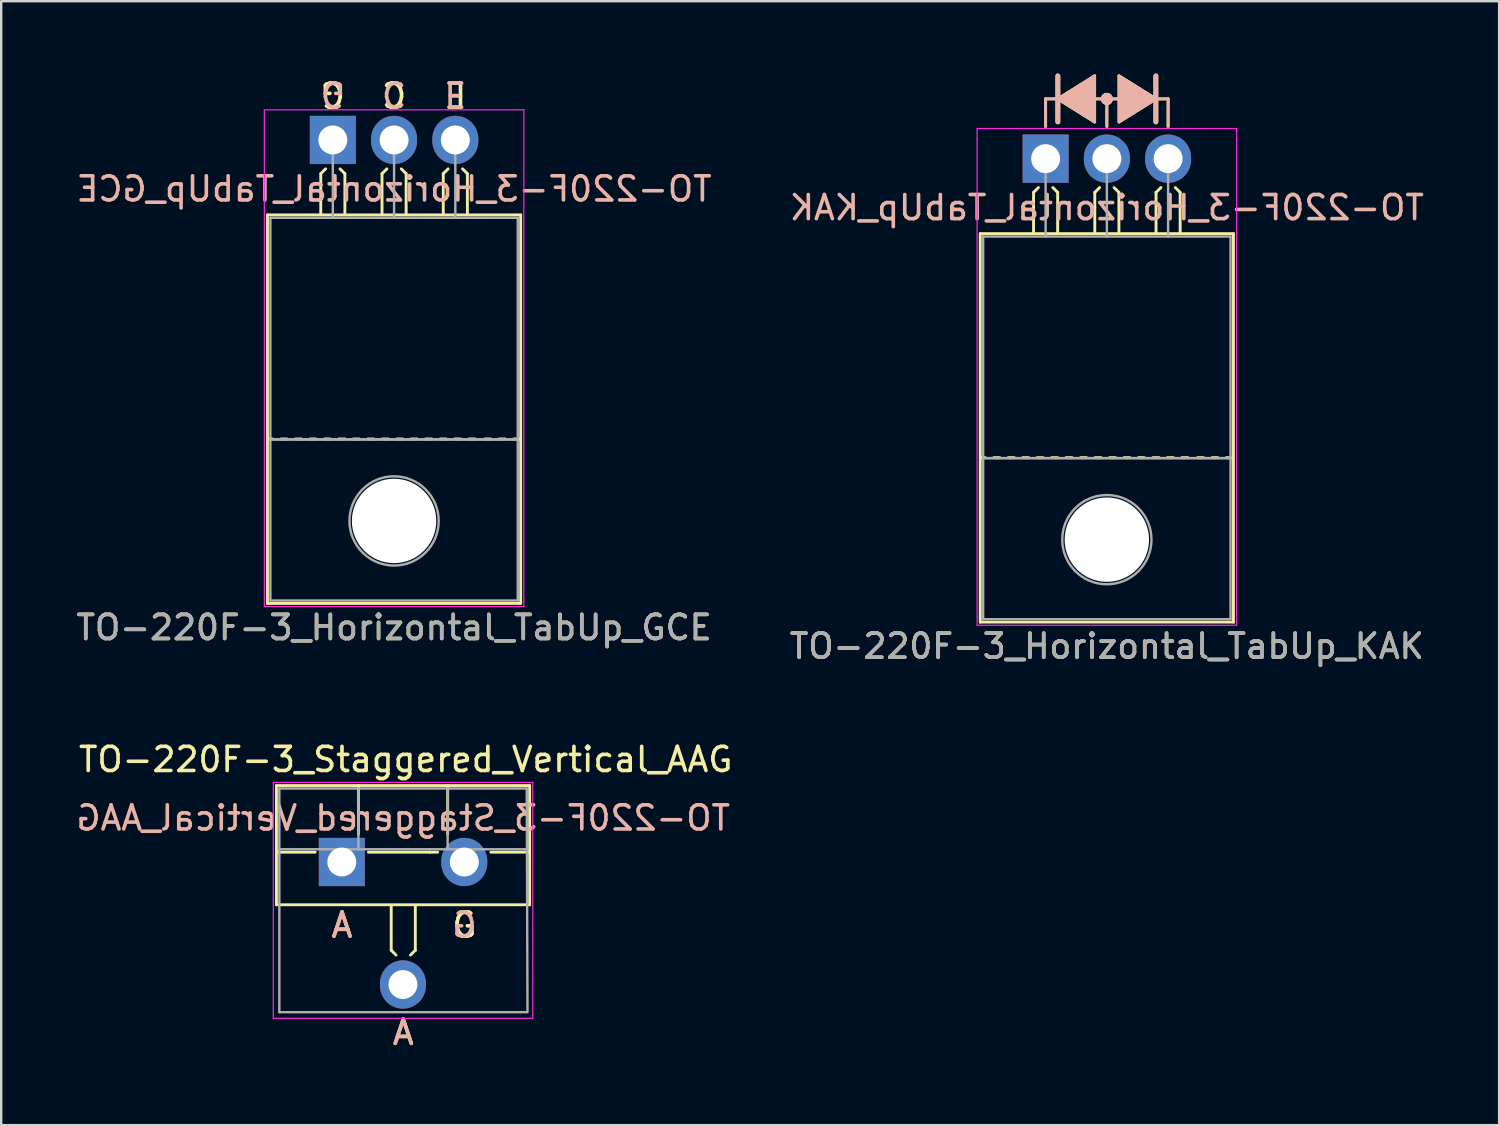
<source format=kicad_pcb>
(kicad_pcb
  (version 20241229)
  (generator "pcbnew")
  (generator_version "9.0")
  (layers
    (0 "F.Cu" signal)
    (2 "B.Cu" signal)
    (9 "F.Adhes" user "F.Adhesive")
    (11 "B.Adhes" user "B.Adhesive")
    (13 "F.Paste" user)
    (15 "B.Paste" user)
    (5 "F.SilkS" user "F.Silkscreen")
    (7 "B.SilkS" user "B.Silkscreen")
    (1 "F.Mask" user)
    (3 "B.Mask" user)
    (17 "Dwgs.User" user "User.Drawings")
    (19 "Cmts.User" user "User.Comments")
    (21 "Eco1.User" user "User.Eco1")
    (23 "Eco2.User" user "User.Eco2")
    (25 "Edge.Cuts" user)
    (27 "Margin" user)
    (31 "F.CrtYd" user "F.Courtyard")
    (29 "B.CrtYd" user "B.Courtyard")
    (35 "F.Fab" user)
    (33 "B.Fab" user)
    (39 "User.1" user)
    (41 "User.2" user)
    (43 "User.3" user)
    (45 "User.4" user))
  (footprint "TO-220F-3_Horizontal_TabUp_KAK"
    (layer "F.Cu")
    (at 40.311 3.529)
    (property "Reference" "TO-220F-3_Horizontal_TabUp_KAK" (at 2.54 20.22 0) (layer "F.SilkS") (effects (font (size 1 1) (thickness 0.15))))
    (fp_line (start -2.71 19.22) (end -2.71 3.11) (stroke (width 0.12) (type solid)) (layer "F.SilkS"))
    (fp_line (start -2.5 12.4) (end -2.7 12.4) (stroke (width 0.12) (type solid)) (layer "F.SilkS"))
    (fp_line (start -1.9 12.4) (end -2.15 12.4) (stroke (width 0.12) (type solid)) (layer "F.SilkS"))
    (fp_line (start -1.3 12.4) (end -1.55 12.4) (stroke (width 0.12) (type solid)) (layer "F.SilkS"))
    (fp_line (start -0.7 12.4) (end -0.95 12.4) (stroke (width 0.12) (type solid)) (layer "F.SilkS"))
    (fp_line (start -0.5 1.4) (end -0.3 1.2) (stroke (width 0.12) (type solid)) (layer "F.SilkS"))
    (fp_line (start -0.5 3.048) (end -0.5 1.4) (stroke (width 0.12) (type solid)) (layer "F.SilkS"))
    (fp_line (start -0.1 12.4) (end -0.35 12.4) (stroke (width 0.12) (type solid)) (layer "F.SilkS"))
    (fp_line (start 0 -2.477) (end 0.508 -2.477) (stroke (width 0.12) (type solid)) (layer "F.SilkS"))
    (fp_line (start 0 -1.333) (end 0 -2.477) (stroke (width 0.12) (type solid)) (layer "F.SilkS"))
    (fp_line (start 0.5 1.4) (end 0.3 1.2) (stroke (width 0.12) (type solid)) (layer "F.SilkS"))
    (fp_line (start 0.5 3.048) (end 0.5 1.4) (stroke (width 0.12) (type solid)) (layer "F.SilkS"))
    (fp_line (start 0.5 12.4) (end 0.25 12.4) (stroke (width 0.12) (type solid)) (layer "F.SilkS"))
    (fp_line (start 0.508 -3.429) (end 0.508 -1.524) (stroke (width 0.2) (type solid)) (layer "F.SilkS"))
    (fp_line (start 0.508 -2.477) (end 2.032 -1.524) (stroke (width 0.12) (type solid)) (layer "F.SilkS"))
    (fp_line (start 1.1 12.4) (end 0.85 12.4) (stroke (width 0.12) (type solid)) (layer "F.SilkS"))
    (fp_line (start 1.7 12.4) (end 1.45 12.4) (stroke (width 0.12) (type solid)) (layer "F.SilkS"))
    (fp_line (start 2.032 -3.429) (end 0.508 -2.477) (stroke (width 0.12) (type solid)) (layer "F.SilkS"))
    (fp_line (start 2.032 -1.524) (end 2.032 -3.429) (stroke (width 0.12) (type solid)) (layer "F.SilkS"))
    (fp_line (start 2.04 1.4) (end 2.24 1.2) (stroke (width 0.12) (type solid)) (layer "F.SilkS"))
    (fp_line (start 2.04 3.048) (end 2.04 1.4) (stroke (width 0.12) (type solid)) (layer "F.SilkS"))
    (fp_line (start 2.3 12.4) (end 2.05 12.4) (stroke (width 0.12) (type solid)) (layer "F.SilkS"))
    (fp_line (start 2.54 -2.477) (end 2.032 -2.477) (stroke (width 0.12) (type solid)) (layer "F.SilkS"))
    (fp_line (start 2.54 -2.477) (end 3.048 -2.477) (stroke (width 0.12) (type solid)) (layer "F.SilkS"))
    (fp_line (start 2.54 -1.333) (end 2.54 -2.477) (stroke (width 0.12) (type solid)) (layer "F.SilkS"))
    (fp_line (start 2.9 12.4) (end 2.65 12.4) (stroke (width 0.12) (type solid)) (layer "F.SilkS"))
    (fp_line (start 3.04 1.4) (end 2.84 1.2) (stroke (width 0.12) (type solid)) (layer "F.SilkS"))
    (fp_line (start 3.04 3.048) (end 3.04 1.4) (stroke (width 0.12) (type solid)) (layer "F.SilkS"))
    (fp_line (start 3.048 -3.239) (end 3.048 -3.429) (stroke (width 0.12) (type solid)) (layer "F.SilkS"))
    (fp_line (start 3.048 -3.239) (end 3.048 -1.714) (stroke (width 0.12) (type solid)) (layer "F.SilkS"))
    (fp_line (start 3.048 -1.714) (end 3.048 -1.524) (stroke (width 0.12) (type solid)) (layer "F.SilkS"))
    (fp_line (start 3.5 12.4) (end 3.25 12.4) (stroke (width 0.12) (type solid)) (layer "F.SilkS"))
    (fp_line (start 4.1 12.4) (end 3.85 12.4) (stroke (width 0.12) (type solid)) (layer "F.SilkS"))
    (fp_line (start 4.572 -2.477) (end 3.048 -3.429) (stroke (width 0.12) (type solid)) (layer "F.SilkS"))
    (fp_line (start 4.572 -2.477) (end 3.048 -1.524) (stroke (width 0.12) (type solid)) (layer "F.SilkS"))
    (fp_line (start 4.572 -1.524) (end 4.572 -3.429) (stroke (width 0.2) (type solid)) (layer "F.SilkS"))
    (fp_line (start 4.58 1.4) (end 4.78 1.2) (stroke (width 0.12) (type solid)) (layer "F.SilkS"))
    (fp_line (start 4.58 3.048) (end 4.58 1.4) (stroke (width 0.12) (type solid)) (layer "F.SilkS"))
    (fp_line (start 4.7 12.4) (end 4.45 12.4) (stroke (width 0.12) (type solid)) (layer "F.SilkS"))
    (fp_line (start 5.08 -2.477) (end 4.572 -2.477) (stroke (width 0.12) (type solid)) (layer "F.SilkS"))
    (fp_line (start 5.08 -1.333) (end 5.08 -2.477) (stroke (width 0.12) (type solid)) (layer "F.SilkS"))
    (fp_line (start 5.3 12.4) (end 5.05 12.4) (stroke (width 0.12) (type solid)) (layer "F.SilkS"))
    (fp_line (start 5.58 1.4) (end 5.38 1.2) (stroke (width 0.12) (type solid)) (layer "F.SilkS"))
    (fp_line (start 5.58 3.048) (end 5.58 1.4) (stroke (width 0.12) (type solid)) (layer "F.SilkS"))
    (fp_line (start 5.9 12.4) (end 5.65 12.4) (stroke (width 0.12) (type solid)) (layer "F.SilkS"))
    (fp_line (start 6.55 12.4) (end 6.3 12.4) (stroke (width 0.12) (type solid)) (layer "F.SilkS"))
    (fp_line (start 7.15 12.4) (end 6.9 12.4) (stroke (width 0.12) (type solid)) (layer "F.SilkS"))
    (fp_line (start 7.75 12.4) (end 7.5 12.4) (stroke (width 0.12) (type solid)) (layer "F.SilkS"))
    (fp_line (start 7.79 3.11) (end -2.71 3.11) (stroke (width 0.12) (type solid)) (layer "F.SilkS"))
    (fp_line (start 7.79 19.22) (end -2.71 19.22) (stroke (width 0.12) (type solid)) (layer "F.SilkS"))
    (fp_line (start 7.79 19.22) (end 7.79 3.11) (stroke (width 0.12) (type solid)) (layer "F.SilkS"))
    (fp_circle (center 2.54 -2.477) (end 2.54 -2.667) (stroke (width 0.12) (type solid)) (fill no) (layer "F.SilkS"))
    (fp_circle (center 2.54 -2.477) (end 2.54 -2.603) (stroke (width 0.12) (type solid)) (fill no) (layer "F.SilkS"))
    (fp_circle (center 2.54 -2.477) (end 2.54 -2.54) (stroke (width 0.12) (type solid)) (fill no) (layer "F.SilkS"))
    (fp_poly (pts (xy 2.032 -1.524) (xy 0.508 -2.477) (xy 2.032 -3.429)) (stroke (width 0.1) (type solid)) (fill yes) (layer "F.SilkS"))
    (fp_poly (pts (xy 4.572 -2.477) (xy 3.048 -1.524) (xy 3.048 -3.429)) (stroke (width 0.1) (type solid)) (fill yes) (layer "F.SilkS"))
    (fp_line (start 0 -2.477) (end 0.508 -2.477) (stroke (width 0.12) (type solid)) (layer "B.SilkS"))
    (fp_line (start 0 -1.333) (end 0 -2.477) (stroke (width 0.12) (type solid)) (layer "B.SilkS"))
    (fp_line (start 0.508 -2.477) (end 2.032 -3.429) (stroke (width 0.12) (type solid)) (layer "B.SilkS"))
    (fp_line (start 0.508 -2.477) (end 2.032 -1.524) (stroke (width 0.12) (type solid)) (layer "B.SilkS"))
    (fp_line (start 0.508 -1.524) (end 0.508 -3.429) (stroke (width 0.2) (type solid)) (layer "B.SilkS"))
    (fp_line (start 2.032 -3.239) (end 2.032 -3.429) (stroke (width 0.12) (type solid)) (layer "B.SilkS"))
    (fp_line (start 2.032 -3.239) (end 2.032 -1.714) (stroke (width 0.12) (type solid)) (layer "B.SilkS"))
    (fp_line (start 2.032 -1.714) (end 2.032 -1.524) (stroke (width 0.12) (type solid)) (layer "B.SilkS"))
    (fp_line (start 2.54 -2.477) (end 2.032 -2.477) (stroke (width 0.12) (type solid)) (layer "B.SilkS"))
    (fp_line (start 2.54 -2.477) (end 3.048 -2.477) (stroke (width 0.12) (type solid)) (layer "B.SilkS"))
    (fp_line (start 2.54 -1.333) (end 2.54 -2.477) (stroke (width 0.12) (type solid)) (layer "B.SilkS"))
    (fp_line (start 3.048 -3.429) (end 4.572 -2.477) (stroke (width 0.12) (type solid)) (layer "B.SilkS"))
    (fp_line (start 3.048 -1.524) (end 3.048 -3.429) (stroke (width 0.12) (type solid)) (layer "B.SilkS"))
    (fp_line (start 4.572 -3.429) (end 4.572 -1.524) (stroke (width 0.2) (type solid)) (layer "B.SilkS"))
    (fp_line (start 4.572 -2.477) (end 3.048 -1.524) (stroke (width 0.12) (type solid)) (layer "B.SilkS"))
    (fp_line (start 5.08 -2.477) (end 4.572 -2.477) (stroke (width 0.12) (type solid)) (layer "B.SilkS"))
    (fp_line (start 5.08 -1.333) (end 5.08 -2.477) (stroke (width 0.12) (type solid)) (layer "B.SilkS"))
    (fp_circle (center 2.54 -2.477) (end 2.54 -2.667) (stroke (width 0.12) (type solid)) (fill no) (layer "B.SilkS"))
    (fp_circle (center 2.54 -2.477) (end 2.54 -2.603) (stroke (width 0.12) (type solid)) (fill no) (layer "B.SilkS"))
    (fp_circle (center 2.54 -2.477) (end 2.54 -2.54) (stroke (width 0.12) (type solid)) (fill no) (layer "B.SilkS"))
    (fp_poly (pts (xy 0.508 -2.477) (xy 2.032 -1.524) (xy 2.032 -3.429)) (stroke (width 0.1) (type solid)) (fill yes) (layer "B.SilkS"))
    (fp_poly (pts (xy 3.048 -1.524) (xy 4.572 -2.477) (xy 3.048 -3.429)) (stroke (width 0.1) (type solid)) (fill yes) (layer "B.SilkS"))
    (fp_line (start -2.84 -1.25) (end -2.84 19.35) (stroke (width 0.05) (type solid)) (layer "F.CrtYd"))
    (fp_line (start -2.84 19.35) (end 7.92 19.35) (stroke (width 0.05) (type solid)) (layer "F.CrtYd"))
    (fp_line (start 7.92 -1.25) (end -2.84 -1.25) (stroke (width 0.05) (type solid)) (layer "F.CrtYd"))
    (fp_line (start 7.92 19.35) (end 7.92 -1.25) (stroke (width 0.05) (type solid)) (layer "F.CrtYd"))
    (fp_line (start -2.59 3.23) (end -2.59 12.42) (stroke (width 0.1) (type solid)) (layer "F.Fab"))
    (fp_line (start -2.59 12.42) (end -2.59 19.1) (stroke (width 0.1) (type solid)) (layer "F.Fab"))
    (fp_line (start -2.59 12.42) (end 7.67 12.42) (stroke (width 0.1) (type solid)) (layer "F.Fab"))
    (fp_line (start -2.59 19.1) (end 7.67 19.1) (stroke (width 0.1) (type solid)) (layer "F.Fab"))
    (fp_line (start 0 3.23) (end 0 0) (stroke (width 0.1) (type solid)) (layer "F.Fab"))
    (fp_line (start 2.54 3.23) (end 2.54 0) (stroke (width 0.1) (type solid)) (layer "F.Fab"))
    (fp_line (start 5.08 3.23) (end 5.08 0) (stroke (width 0.1) (type solid)) (layer "F.Fab"))
    (fp_line (start 7.67 3.23) (end -2.59 3.23) (stroke (width 0.1) (type solid)) (layer "F.Fab"))
    (fp_line (start 7.67 12.42) (end -2.59 12.42) (stroke (width 0.1) (type solid)) (layer "F.Fab"))
    (fp_line (start 7.67 12.42) (end 7.67 3.23) (stroke (width 0.1) (type solid)) (layer "F.Fab"))
    (fp_line (start 7.67 19.1) (end 7.67 12.42) (stroke (width 0.1) (type solid)) (layer "F.Fab"))
    (fp_circle (center 2.54 15.8) (end 4.39 15.8) (stroke (width 0.1) (type solid)) (fill no) (layer "F.Fab"))
    (fp_text user "${REFERENCE}" (at 2.54 2.032 0) (layer "B.SilkS") (effects (font (size 1 1) (thickness 0.15)) (justify mirror)))
    (fp_text user "${REFERENCE}" (at 2.54 20.22 0) (layer "F.Fab") (effects (font (size 1 1) (thickness 0.15))))
    (pad "" np_thru_hole oval (at 2.54 15.8) (size 3.5 3.5) (drill 3.5) (layers "*.Cu" "*.Mask"))
    (pad "1" thru_hole rect (at 0 0) (size 1.905 2) (drill 1.2) (layers "*.Cu" "*.Mask"))
    (pad "2" thru_hole oval (at 2.54 0) (size 1.905 2) (drill 1.2) (layers "*.Cu" "*.Mask"))
    (pad "3" thru_hole oval (at 5.08 0) (size 1.905 2) (drill 1.2) (layers "*.Cu" "*.Mask")))
  (footprint "TO-220F-3_Horizontal_TabUp_GCE"
    (layer "F.Cu")
    (at 10.752 2.753)
    (property "Reference" "TO-220F-3_Horizontal_TabUp_GCE" (at 2.54 20.22 0) (layer "F.SilkS") (effects (font (size 1 1) (thickness 0.15))))
    (fp_line (start -2.71 19.22) (end -2.71 3.11) (stroke (width 0.12) (type solid)) (layer "F.SilkS"))
    (fp_line (start -2.5 12.4) (end -2.7 12.4) (stroke (width 0.12) (type solid)) (layer "F.SilkS"))
    (fp_line (start -1.9 12.4) (end -2.15 12.4) (stroke (width 0.12) (type solid)) (layer "F.SilkS"))
    (fp_line (start -1.3 12.4) (end -1.55 12.4) (stroke (width 0.12) (type solid)) (layer "F.SilkS"))
    (fp_line (start -0.7 12.4) (end -0.95 12.4) (stroke (width 0.12) (type solid)) (layer "F.SilkS"))
    (fp_line (start -0.5 1.4) (end -0.3 1.2) (stroke (width 0.12) (type solid)) (layer "F.SilkS"))
    (fp_line (start -0.5 3.048) (end -0.5 1.4) (stroke (width 0.12) (type solid)) (layer "F.SilkS"))
    (fp_line (start -0.1 12.4) (end -0.35 12.4) (stroke (width 0.12) (type solid)) (layer "F.SilkS"))
    (fp_line (start 0.5 1.4) (end 0.3 1.2) (stroke (width 0.12) (type solid)) (layer "F.SilkS"))
    (fp_line (start 0.5 3.048) (end 0.5 1.4) (stroke (width 0.12) (type solid)) (layer "F.SilkS"))
    (fp_line (start 0.5 12.4) (end 0.25 12.4) (stroke (width 0.12) (type solid)) (layer "F.SilkS"))
    (fp_line (start 1.1 12.4) (end 0.85 12.4) (stroke (width 0.12) (type solid)) (layer "F.SilkS"))
    (fp_line (start 1.7 12.4) (end 1.45 12.4) (stroke (width 0.12) (type solid)) (layer "F.SilkS"))
    (fp_line (start 2.04 1.4) (end 2.24 1.2) (stroke (width 0.12) (type solid)) (layer "F.SilkS"))
    (fp_line (start 2.04 3.048) (end 2.04 1.4) (stroke (width 0.12) (type solid)) (layer "F.SilkS"))
    (fp_line (start 2.3 12.4) (end 2.05 12.4) (stroke (width 0.12) (type solid)) (layer "F.SilkS"))
    (fp_line (start 2.9 12.4) (end 2.65 12.4) (stroke (width 0.12) (type solid)) (layer "F.SilkS"))
    (fp_line (start 3.04 1.4) (end 2.84 1.2) (stroke (width 0.12) (type solid)) (layer "F.SilkS"))
    (fp_line (start 3.04 3.048) (end 3.04 1.4) (stroke (width 0.12) (type solid)) (layer "F.SilkS"))
    (fp_line (start 3.5 12.4) (end 3.25 12.4) (stroke (width 0.12) (type solid)) (layer "F.SilkS"))
    (fp_line (start 4.1 12.4) (end 3.85 12.4) (stroke (width 0.12) (type solid)) (layer "F.SilkS"))
    (fp_line (start 4.58 1.4) (end 4.78 1.2) (stroke (width 0.12) (type solid)) (layer "F.SilkS"))
    (fp_line (start 4.58 3.048) (end 4.58 1.4) (stroke (width 0.12) (type solid)) (layer "F.SilkS"))
    (fp_line (start 4.7 12.4) (end 4.45 12.4) (stroke (width 0.12) (type solid)) (layer "F.SilkS"))
    (fp_line (start 5.3 12.4) (end 5.05 12.4) (stroke (width 0.12) (type solid)) (layer "F.SilkS"))
    (fp_line (start 5.58 1.4) (end 5.38 1.2) (stroke (width 0.12) (type solid)) (layer "F.SilkS"))
    (fp_line (start 5.58 3.048) (end 5.58 1.4) (stroke (width 0.12) (type solid)) (layer "F.SilkS"))
    (fp_line (start 5.9 12.4) (end 5.65 12.4) (stroke (width 0.12) (type solid)) (layer "F.SilkS"))
    (fp_line (start 6.55 12.4) (end 6.3 12.4) (stroke (width 0.12) (type solid)) (layer "F.SilkS"))
    (fp_line (start 7.15 12.4) (end 6.9 12.4) (stroke (width 0.12) (type solid)) (layer "F.SilkS"))
    (fp_line (start 7.75 12.4) (end 7.5 12.4) (stroke (width 0.12) (type solid)) (layer "F.SilkS"))
    (fp_line (start 7.79 3.11) (end -2.71 3.11) (stroke (width 0.12) (type solid)) (layer "F.SilkS"))
    (fp_line (start 7.79 19.22) (end -2.71 19.22) (stroke (width 0.12) (type solid)) (layer "F.SilkS"))
    (fp_line (start 7.79 19.22) (end 7.79 3.11) (stroke (width 0.12) (type solid)) (layer "F.SilkS"))
    (fp_line (start -2.84 -1.25) (end -2.84 19.35) (stroke (width 0.05) (type solid)) (layer "F.CrtYd"))
    (fp_line (start -2.84 19.35) (end 7.92 19.35) (stroke (width 0.05) (type solid)) (layer "F.CrtYd"))
    (fp_line (start 7.92 -1.25) (end -2.84 -1.25) (stroke (width 0.05) (type solid)) (layer "F.CrtYd"))
    (fp_line (start 7.92 19.35) (end 7.92 -1.25) (stroke (width 0.05) (type solid)) (layer "F.CrtYd"))
    (fp_line (start -2.59 3.23) (end -2.59 12.42) (stroke (width 0.1) (type solid)) (layer "F.Fab"))
    (fp_line (start -2.59 12.42) (end -2.59 19.1) (stroke (width 0.1) (type solid)) (layer "F.Fab"))
    (fp_line (start -2.59 12.42) (end 7.67 12.42) (stroke (width 0.1) (type solid)) (layer "F.Fab"))
    (fp_line (start -2.59 19.1) (end 7.67 19.1) (stroke (width 0.1) (type solid)) (layer "F.Fab"))
    (fp_line (start 0 3.23) (end 0 0) (stroke (width 0.1) (type solid)) (layer "F.Fab"))
    (fp_line (start 2.54 3.23) (end 2.54 0) (stroke (width 0.1) (type solid)) (layer "F.Fab"))
    (fp_line (start 5.08 3.23) (end 5.08 0) (stroke (width 0.1) (type solid)) (layer "F.Fab"))
    (fp_line (start 7.67 3.23) (end -2.59 3.23) (stroke (width 0.1) (type solid)) (layer "F.Fab"))
    (fp_line (start 7.67 12.42) (end -2.59 12.42) (stroke (width 0.1) (type solid)) (layer "F.Fab"))
    (fp_line (start 7.67 12.42) (end 7.67 3.23) (stroke (width 0.1) (type solid)) (layer "F.Fab"))
    (fp_line (start 7.67 19.1) (end 7.67 12.42) (stroke (width 0.1) (type solid)) (layer "F.Fab"))
    (fp_circle (center 2.54 15.8) (end 4.39 15.8) (stroke (width 0.1) (type solid)) (fill no) (layer "F.Fab"))
    (fp_text user "E" (at 5.08 -1.905 180) (unlocked yes) (layer "F.SilkS") (effects (font (size 1 1) (thickness 0.15))))
    (fp_text user "G" (at 0 -1.905 180) (unlocked yes) (layer "F.SilkS") (effects (font (size 1 1) (thickness 0.15))))
    (fp_text user "C" (at 2.54 -1.905 180) (unlocked yes) (layer "F.SilkS") (effects (font (size 1 1) (thickness 0.15))))
    (fp_text user "${REFERENCE}" (at 2.54 2.032 0) (layer "B.SilkS") (effects (font (size 1 1) (thickness 0.15)) (justify mirror)))
    (fp_text user "C" (at 2.54 -1.905 180) (unlocked yes) (layer "B.SilkS") (effects (font (size 1 1) (thickness 0.15)) (justify mirror)))
    (fp_text user "E" (at 5.08 -1.905 180) (unlocked yes) (layer "B.SilkS") (effects (font (size 1 1) (thickness 0.15)) (justify mirror)))
    (fp_text user "G" (at 0 -1.905 180) (unlocked yes) (layer "B.SilkS") (effects (font (size 1 1) (thickness 0.15)) (justify mirror)))
    (fp_text user "${REFERENCE}" (at 2.54 20.22 0) (layer "F.Fab") (effects (font (size 1 1) (thickness 0.15))))
    (pad "" np_thru_hole oval (at 2.54 15.8) (size 3.5 3.5) (drill 3.5) (layers "*.Cu" "*.Mask"))
    (pad "1" thru_hole rect (at 0 0) (size 1.905 2) (drill 1.2) (layers "*.Cu" "*.Mask"))
    (pad "2" thru_hole oval (at 2.54 0) (size 1.905 2) (drill 1.2) (layers "*.Cu" "*.Mask"))
    (pad "3" thru_hole oval (at 5.08 0) (size 1.905 2) (drill 1.2) (layers "*.Cu" "*.Mask")))
  (footprint "TO-220F-3_Staggered_Vertical_AAG"
    (layer "F.Cu")
    (at 11.133 32.649)
    (property "Reference" "TO-220F-3_Staggered_Vertical_AAG" (at 2.642 -4.203 0) (layer "F.SilkS") (effects (font (size 1 1) (thickness 0.15))))
    (fp_line (start -2.719 -3.12) (end -2.719 1.821) (stroke (width 0.12) (type solid)) (layer "F.SilkS"))
    (fp_line (start -2.719 -3.12) (end 7.781 -3.12) (stroke (width 0.12) (type solid)) (layer "F.SilkS"))
    (fp_line (start -2.719 -0.36) (end -1.112 -0.36) (stroke (width 0.12) (type solid)) (layer "F.SilkS"))
    (fp_line (start -2.719 1.821) (end 7.781 1.821) (stroke (width 0.12) (type solid)) (layer "F.SilkS"))
    (fp_line (start 0.681 -3.12) (end 0.681 -1.102) (stroke (width 0.12) (type solid)) (layer "F.SilkS"))
    (fp_line (start 1.094 -0.36) (end 3.634 -0.36) (stroke (width 0.12) (type solid)) (layer "F.SilkS"))
    (fp_line (start 2.04 1.841) (end 2.04 3.707) (stroke (width 0.12) (type solid)) (layer "F.SilkS"))
    (fp_line (start 2.04 3.707) (end 2.24 3.907) (stroke (width 0.12) (type solid)) (layer "F.SilkS"))
    (fp_line (start 3.04 1.841) (end 3.04 3.707) (stroke (width 0.12) (type solid)) (layer "F.SilkS"))
    (fp_line (start 3.04 3.707) (end 2.84 3.907) (stroke (width 0.12) (type solid)) (layer "F.SilkS"))
    (fp_line (start 3.634 -0.36) (end 3.969 -0.36) (stroke (width 0.12) (type solid)) (layer "F.SilkS"))
    (fp_line (start 4.382 -3.12) (end 4.382 -1.102) (stroke (width 0.12) (type solid)) (layer "F.SilkS"))
    (fp_line (start 6.174 -0.36) (end 7.781 -0.36) (stroke (width 0.12) (type solid)) (layer "F.SilkS"))
    (fp_line (start 7.781 -3.12) (end 7.781 1.821) (stroke (width 0.12) (type solid)) (layer "F.SilkS"))
    (fp_line (start -2.849 -3.252) (end -2.849 6.53) (stroke (width 0.05) (type solid)) (layer "F.CrtYd"))
    (fp_line (start -2.849 6.53) (end 7.911 6.53) (stroke (width 0.05) (type solid)) (layer "F.CrtYd"))
    (fp_line (start 7.911 -3.252) (end -2.849 -3.252) (stroke (width 0.05) (type solid)) (layer "F.CrtYd"))
    (fp_line (start 7.911 6.53) (end 7.911 -3.252) (stroke (width 0.05) (type solid)) (layer "F.CrtYd"))
    (fp_line (start -2.599 -3) (end -2.599 6.276) (stroke (width 0.1) (type solid)) (layer "F.Fab"))
    (fp_line (start -2.599 -0.48) (end 7.661 -0.48) (stroke (width 0.1) (type solid)) (layer "F.Fab"))
    (fp_line (start -2.595 6.276) (end 7.665 6.276) (stroke (width 0.1) (type solid)) (layer "F.Fab"))
    (fp_line (start 0.681 -3) (end 0.681 -0.48) (stroke (width 0.1) (type solid)) (layer "F.Fab"))
    (fp_line (start 4.381 -3) (end 4.381 -0.48) (stroke (width 0.1) (type solid)) (layer "F.Fab"))
    (fp_line (start 7.661 -3) (end -2.599 -3) (stroke (width 0.1) (type solid)) (layer "F.Fab"))
    (fp_line (start 7.692 6.276) (end 7.661 -3) (stroke (width 0.1) (type solid)) (layer "F.Fab"))
    (fp_text user "G" (at 5.08 2.667 0) (unlocked yes) (layer "F.SilkS") (effects (font (size 1 1) (thickness 0.15))))
    (fp_text user "A" (at 2.54 7.112 0) (unlocked yes) (layer "F.SilkS") (effects (font (size 1 1) (thickness 0.15))))
    (fp_text user "A" (at 0 2.667 0) (unlocked yes) (layer "F.SilkS") (effects (font (size 1 1) (thickness 0.15))))
    (fp_text user "A" (at 0 2.667 0) (unlocked yes) (layer "B.SilkS") (effects (font (size 1 1) (thickness 0.15)) (justify mirror)))
    (fp_text user "${REFERENCE}" (at 2.54 -1.778 0) (layer "B.SilkS") (effects (font (size 1 1) (thickness 0.15)) (justify mirror)))
    (fp_text user "A" (at 2.54 7.112 0) (unlocked yes) (layer "B.SilkS") (effects (font (size 1 1) (thickness 0.15)) (justify mirror)))
    (fp_text user "G" (at 5.08 2.667 0) (unlocked yes) (layer "B.SilkS") (effects (font (size 1 1) (thickness 0.15)) (justify mirror)))
    (pad "1" thru_hole rect (at -0.009 0.048) (size 1.905 2) (drill 1.2) (layers "*.Cu" "*.Mask"))
    (pad "2" thru_hole oval (at 2.527 5.128) (size 1.905 2) (drill 1.2) (layers "*.Cu" "*.Mask"))
    (pad "3" thru_hole oval (at 5.071 0.048) (size 1.905 2) (drill 1.2) (layers "*.Cu" "*.Mask")))
  (gr_rect
    (start -3 -3)
    (end 59.119 43.609)
    (stroke (width 0.1) (type default))
    (fill no)
    (layer "Edge.Cuts")))
</source>
